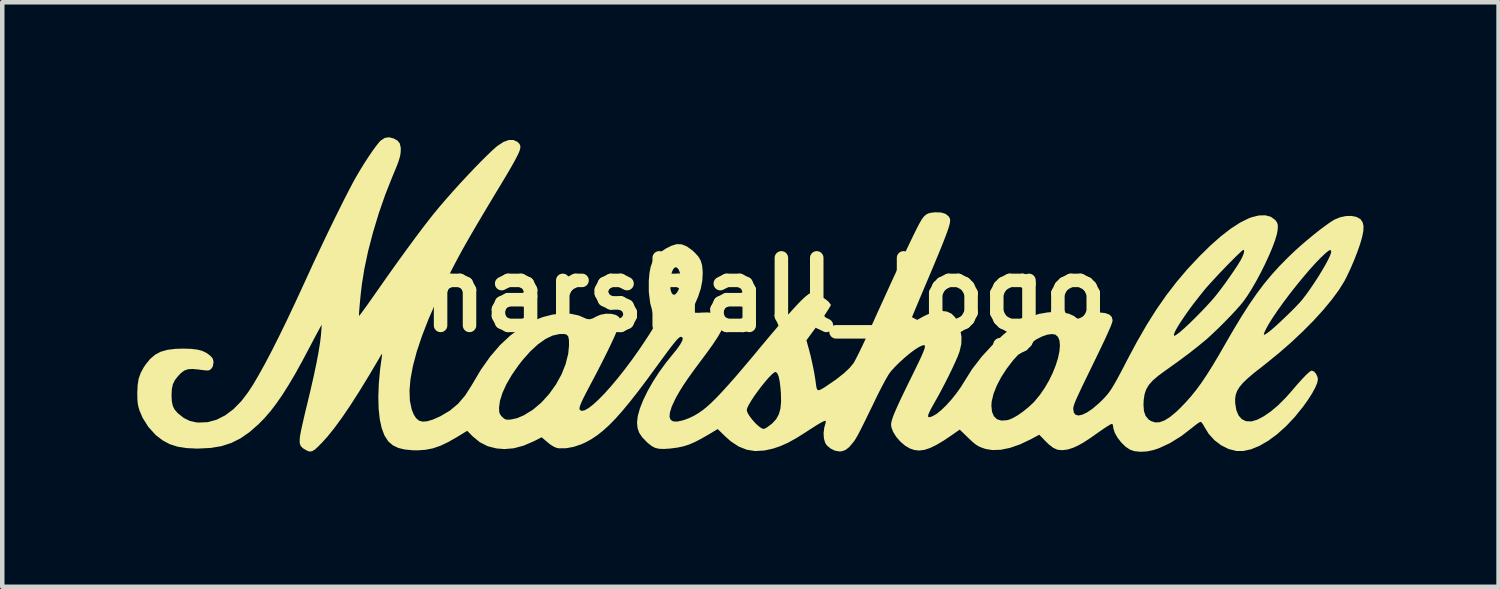
<source format=kicad_pcb>
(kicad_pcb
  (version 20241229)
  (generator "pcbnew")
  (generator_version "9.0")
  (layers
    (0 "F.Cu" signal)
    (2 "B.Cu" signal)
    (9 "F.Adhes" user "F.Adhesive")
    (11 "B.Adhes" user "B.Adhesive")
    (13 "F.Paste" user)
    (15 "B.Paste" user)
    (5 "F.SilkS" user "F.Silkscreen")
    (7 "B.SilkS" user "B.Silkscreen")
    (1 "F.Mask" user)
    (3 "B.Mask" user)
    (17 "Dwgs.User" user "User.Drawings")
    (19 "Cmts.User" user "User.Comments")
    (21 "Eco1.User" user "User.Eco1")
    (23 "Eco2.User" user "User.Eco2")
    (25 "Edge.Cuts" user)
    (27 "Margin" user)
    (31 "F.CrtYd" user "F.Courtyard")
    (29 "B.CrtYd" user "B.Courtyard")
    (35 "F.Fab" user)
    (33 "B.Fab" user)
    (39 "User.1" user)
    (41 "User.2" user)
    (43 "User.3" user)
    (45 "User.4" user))
  (footprint "marshall_logo"
    (layer "F.Cu")
    (at 13.631 3.501)
    (property "Reference" "marshall_logo" (at 0 0 0) (layer "F.SilkS") (effects (font (size 1.5 1.5) (thickness 0.3))))
    (attr board_only exclude_from_pos_files exclude_from_bom)
    (fp_poly (pts (xy -7.943 -3.478) (xy -7.851 -3.429) (xy -7.798 -3.362) (xy -7.778 -3.269) (xy -7.777 -3.242) (xy -7.779 -3.176) (xy -7.787 -3.112) (xy -7.803 -3.043) (xy -7.829 -2.96) (xy -7.868 -2.856) (xy -7.923 -2.724) (xy -7.961 -2.633) (xy -8.12 -2.232) (xy -8.265 -1.815) (xy -8.393 -1.392) (xy -8.502 -0.975) (xy -8.587 -0.573) (xy -8.639 -0.25) (xy -8.652 -0.145) (xy -8.666 -0.027) (xy -8.678 0.095) (xy -8.689 0.212) (xy -8.698 0.317) (xy -8.704 0.4) (xy -8.705 0.453) (xy -8.704 0.468) (xy -8.689 0.452) (xy -8.652 0.403) (xy -8.595 0.325) (xy -8.521 0.223) (xy -8.434 0.1) (xy -8.336 -0.039) (xy -8.264 -0.142) (xy -8.053 -0.443) (xy -7.845 -0.734) (xy -7.645 -1.01) (xy -7.457 -1.266) (xy -7.284 -1.496) (xy -7.129 -1.696) (xy -7.04 -1.808) (xy -6.917 -1.957) (xy -6.778 -2.119) (xy -6.627 -2.29) (xy -6.47 -2.464) (xy -6.311 -2.635) (xy -6.155 -2.8) (xy -6.007 -2.952) (xy -5.871 -3.088) (xy -5.753 -3.201) (xy -5.658 -3.286) (xy -5.621 -3.316) (xy -5.494 -3.398) (xy -5.378 -3.44) (xy -5.275 -3.441) (xy -5.188 -3.401) (xy -5.16 -3.375) (xy -5.139 -3.35) (xy -5.125 -3.323) (xy -5.12 -3.29) (xy -5.124 -3.249) (xy -5.14 -3.196) (xy -5.169 -3.127) (xy -5.214 -3.039) (xy -5.274 -2.928) (xy -5.352 -2.791) (xy -5.45 -2.625) (xy -5.569 -2.426) (xy -5.668 -2.263) (xy -5.835 -1.985) (xy -5.981 -1.74) (xy -6.109 -1.524) (xy -6.221 -1.331) (xy -6.321 -1.157) (xy -6.412 -0.996) (xy -6.495 -0.843) (xy -6.575 -0.692) (xy -6.654 -0.54) (xy -6.735 -0.381) (xy -6.778 -0.296) (xy -6.985 0.136) (xy -7.161 0.54) (xy -7.307 0.916) (xy -7.423 1.263) (xy -7.507 1.58) (xy -7.561 1.868) (xy -7.583 2.124) (xy -7.575 2.35) (xy -7.535 2.544) (xy -7.492 2.652) (xy -7.438 2.738) (xy -7.374 2.793) (xy -7.294 2.816) (xy -7.193 2.809) (xy -7.068 2.772) (xy -6.914 2.704) (xy -6.891 2.693) (xy -6.685 2.571) (xy -6.619 2.515) (xy -5.594 2.515) (xy -5.59 2.594) (xy -5.576 2.646) (xy -5.543 2.692) (xy -5.525 2.71) (xy -5.48 2.751) (xy -5.439 2.77) (xy -5.383 2.773) (xy -5.331 2.769) (xy -5.192 2.739) (xy -5.042 2.675) (xy -4.841 2.551) (xy -4.652 2.391) (xy -4.481 2.202) (xy -4.331 1.993) (xy -4.207 1.769) (xy -4.115 1.538) (xy -4.057 1.307) (xy -4.039 1.118) (xy -4.041 1.005) (xy -4.055 0.93) (xy -4.087 0.887) (xy -4.143 0.869) (xy -4.228 0.869) (xy -4.256 0.871) (xy -4.406 0.905) (xy -4.565 0.982) (xy -4.731 1.1) (xy -4.901 1.257) (xy -5.074 1.452) (xy -5.159 1.561) (xy -5.308 1.775) (xy -5.429 1.982) (xy -5.517 2.175) (xy -5.573 2.351) (xy -5.594 2.506) (xy -5.594 2.515) (xy -6.619 2.515) (xy -6.506 2.421) (xy -6.348 2.237) (xy -6.206 2.015) (xy -6.198 2.001) (xy -5.998 1.664) (xy -5.79 1.37) (xy -5.572 1.116) (xy -5.343 0.902) (xy -5.1 0.724) (xy -4.841 0.581) (xy -4.839 0.58) (xy -4.622 0.493) (xy -4.405 0.438) (xy -4.195 0.413) (xy -3.998 0.42) (xy -3.821 0.459) (xy -3.723 0.501) (xy -3.645 0.535) (xy -3.578 0.542) (xy -3.508 0.521) (xy -3.438 0.483) (xy -3.335 0.44) (xy -3.218 0.419) (xy -3.102 0.421) (xy -3.003 0.445) (xy -2.97 0.463) (xy -2.931 0.492) (xy -2.914 0.524) (xy -2.913 0.577) (xy -2.916 0.619) (xy -2.932 0.682) (xy -2.968 0.782) (xy -3.025 0.915) (xy -3.1 1.079) (xy -3.192 1.27) (xy -3.3 1.486) (xy -3.422 1.724) (xy -3.557 1.98) (xy -3.568 2.001) (xy -3.654 2.164) (xy -3.719 2.292) (xy -3.765 2.389) (xy -3.793 2.46) (xy -3.806 2.51) (xy -3.805 2.543) (xy -3.797 2.558) (xy -3.754 2.578) (xy -3.688 2.562) (xy -3.602 2.513) (xy -3.498 2.432) (xy -3.38 2.323) (xy -3.248 2.189) (xy -3.106 2.03) (xy -2.956 1.851) (xy -2.799 1.653) (xy -2.639 1.439) (xy -2.478 1.212) (xy -2.334 0.997) (xy -2.251 0.871) (xy -2.192 0.775) (xy -2.154 0.701) (xy -2.133 0.641) (xy -2.129 0.586) (xy -2.138 0.529) (xy -2.158 0.462) (xy -2.169 0.429) (xy -2.236 0.184) (xy -2.267 -0.067) (xy -2.267 -0.194) (xy -1.793 -0.194) (xy -1.78 -0.099) (xy -1.755 -0.034) (xy -1.721 -0.003) (xy -1.681 -0.008) (xy -1.639 -0.053) (xy -1.609 -0.108) (xy -1.578 -0.205) (xy -1.563 -0.31) (xy -1.563 -0.411) (xy -1.579 -0.501) (xy -1.607 -0.57) (xy -1.648 -0.609) (xy -1.671 -0.614) (xy -1.709 -0.593) (xy -1.743 -0.535) (xy -1.771 -0.449) (xy -1.789 -0.343) (xy -1.791 -0.316) (xy -1.793 -0.194) (xy -2.267 -0.194) (xy -2.267 -0.318) (xy -2.252 -0.487) (xy -2.226 -0.621) (xy -2.187 -0.73) (xy -2.13 -0.823) (xy -2.092 -0.87) (xy -1.999 -0.955) (xy -1.883 -1.032) (xy -1.76 -1.093) (xy -1.646 -1.127) (xy -1.642 -1.127) (xy -1.536 -1.123) (xy -1.422 -1.077) (xy -1.299 -0.988) (xy -1.254 -0.947) (xy -1.168 -0.854) (xy -1.113 -0.761) (xy -1.082 -0.653) (xy -1.07 -0.519) (xy -1.069 -0.477) (xy -1.079 -0.307) (xy -1.112 -0.14) (xy -1.17 0.037) (xy -1.229 0.174) (xy -1.272 0.275) (xy -1.29 0.341) (xy -1.279 0.38) (xy -1.236 0.397) (xy -1.157 0.398) (xy -1.096 0.394) (xy -0.965 0.39) (xy -0.864 0.4) (xy -0.835 0.408) (xy -0.75 0.453) (xy -0.677 0.522) (xy -0.628 0.602) (xy -0.614 0.668) (xy -0.628 0.732) (xy -0.671 0.825) (xy -0.743 0.948) (xy -0.845 1.102) (xy -0.978 1.287) (xy -1.095 1.444) (xy -1.256 1.66) (xy -1.391 1.848) (xy -1.502 2.012) (xy -1.592 2.157) (xy -1.666 2.288) (xy -1.684 2.324) (xy -1.758 2.484) (xy -1.798 2.613) (xy -1.806 2.711) (xy -1.782 2.776) (xy -1.724 2.811) (xy -1.634 2.815) (xy -1.511 2.788) (xy -1.445 2.766) (xy -1.354 2.73) (xy -1.266 2.687) (xy -1.178 2.636) (xy -1.087 2.574) (xy -1.067 2.559) (xy -0.091 2.559) (xy -0.075 2.616) (xy -0.032 2.689) (xy 0.029 2.77) (xy 0.099 2.849) (xy 0.171 2.916) (xy 0.236 2.962) (xy 0.284 2.979) (xy 0.319 2.967) (xy 0.364 2.941) (xy 0.477 2.855) (xy 0.562 2.762) (xy 0.621 2.655) (xy 0.657 2.529) (xy 0.672 2.376) (xy 0.668 2.19) (xy 0.66 2.085) (xy 0.642 1.929) (xy 0.619 1.816) (xy 0.59 1.745) (xy 0.555 1.712) (xy 0.555 1.712) (xy 0.521 1.723) (xy 0.468 1.766) (xy 0.4 1.835) (xy 0.323 1.924) (xy 0.24 2.025) (xy 0.158 2.134) (xy 0.079 2.243) (xy 0.011 2.347) (xy -0.044 2.439) (xy -0.079 2.512) (xy -0.091 2.559) (xy -1.067 2.559) (xy -0.991 2.499) (xy -0.888 2.407) (xy -0.775 2.296) (xy -0.648 2.163) (xy -0.506 2.007) (xy -0.345 1.825) (xy -0.164 1.613) (xy 0.041 1.37) (xy 0.197 1.182) (xy 0.413 0.924) (xy 0.603 0.7) (xy 0.767 0.509) (xy 0.909 0.35) (xy 1.029 0.219) (xy 1.128 0.117) (xy 1.209 0.041) (xy 1.273 -0.01) (xy 1.321 -0.039) (xy 1.349 -0.045) (xy 1.409 -0.033) (xy 1.489 0.00034) (xy 1.578 0.046) (xy 1.659 0.097) (xy 1.72 0.145) (xy 1.736 0.164) (xy 1.781 0.225) (xy 1.703 0.353) (xy 1.66 0.419) (xy 1.598 0.511) (xy 1.523 0.617) (xy 1.445 0.725) (xy 1.43 0.745) (xy 1.235 1.009) (xy 1.289 1.204) (xy 1.33 1.361) (xy 1.369 1.536) (xy 1.405 1.714) (xy 1.432 1.876) (xy 1.443 1.956) (xy 1.455 2.044) (xy 1.47 2.098) (xy 1.497 2.119) (xy 1.541 2.109) (xy 1.611 2.071) (xy 1.686 2.022) (xy 1.897 1.877) (xy 2.067 1.743) (xy 2.197 1.621) (xy 2.281 1.518) (xy 2.312 1.464) (xy 2.358 1.375) (xy 2.416 1.259) (xy 2.483 1.121) (xy 2.554 0.968) (xy 2.628 0.807) (xy 2.634 0.793) (xy 2.807 0.409) (xy 2.964 0.065) (xy 3.105 -0.245) (xy 3.233 -0.522) (xy 3.348 -0.769) (xy 3.452 -0.991) (xy 3.547 -1.189) (xy 3.604 -1.308) (xy 3.682 -1.465) (xy 3.745 -1.587) (xy 3.798 -1.678) (xy 3.846 -1.742) (xy 3.894 -1.784) (xy 3.945 -1.81) (xy 4.006 -1.825) (xy 4.079 -1.833) (xy 4.101 -1.835) (xy 4.229 -1.83) (xy 4.329 -1.798) (xy 4.399 -1.739) (xy 4.422 -1.695) (xy 4.428 -1.668) (xy 4.427 -1.632) (xy 4.419 -1.583) (xy 4.402 -1.518) (xy 4.375 -1.435) (xy 4.337 -1.33) (xy 4.287 -1.2) (xy 4.224 -1.042) (xy 4.146 -0.853) (xy 4.053 -0.629) (xy 3.943 -0.368) (xy 3.905 -0.279) (xy 3.823 -0.085) (xy 3.747 0.095) (xy 3.679 0.258) (xy 3.62 0.398) (xy 3.573 0.513) (xy 3.538 0.597) (xy 3.518 0.647) (xy 3.514 0.659) (xy 3.535 0.649) (xy 3.586 0.62) (xy 3.658 0.578) (xy 3.697 0.555) (xy 3.854 0.468) (xy 3.986 0.408) (xy 4.101 0.372) (xy 4.207 0.357) (xy 4.23 0.356) (xy 4.354 0.37) (xy 4.456 0.416) (xy 4.537 0.497) (xy 4.602 0.617) (xy 4.649 0.761) (xy 4.68 0.932) (xy 4.676 1.092) (xy 4.637 1.259) (xy 4.634 1.266) (xy 4.598 1.363) (xy 4.542 1.491) (xy 4.472 1.643) (xy 4.39 1.811) (xy 4.301 1.986) (xy 4.209 2.161) (xy 4.117 2.328) (xy 4.096 2.365) (xy 4.021 2.498) (xy 3.97 2.596) (xy 3.942 2.663) (xy 3.937 2.703) (xy 3.953 2.718) (xy 3.991 2.713) (xy 4.038 2.695) (xy 4.127 2.644) (xy 4.231 2.56) (xy 4.333 2.461) (xy 5.344 2.461) (xy 5.358 2.597) (xy 5.401 2.699) (xy 5.471 2.764) (xy 5.568 2.793) (xy 5.691 2.784) (xy 5.736 2.773) (xy 5.824 2.736) (xy 5.933 2.673) (xy 6.051 2.59) (xy 6.167 2.496) (xy 6.273 2.398) (xy 6.305 2.364) (xy 6.423 2.221) (xy 6.53 2.065) (xy 6.626 1.9) (xy 6.707 1.732) (xy 6.774 1.565) (xy 6.824 1.405) (xy 6.855 1.257) (xy 6.867 1.126) (xy 6.857 1.016) (xy 6.824 0.934) (xy 6.766 0.883) (xy 6.765 0.883) (xy 6.689 0.87) (xy 6.588 0.884) (xy 6.473 0.923) (xy 6.352 0.984) (xy 6.318 1.005) (xy 6.147 1.131) (xy 5.982 1.283) (xy 5.827 1.453) (xy 5.686 1.637) (xy 5.563 1.826) (xy 5.464 2.015) (xy 5.392 2.197) (xy 5.351 2.366) (xy 5.344 2.461) (xy 4.333 2.461) (xy 4.344 2.45) (xy 4.459 2.323) (xy 4.57 2.184) (xy 4.67 2.042) (xy 4.735 1.937) (xy 4.919 1.645) (xy 5.134 1.367) (xy 5.388 1.092) (xy 5.389 1.091) (xy 5.608 0.885) (xy 5.814 0.717) (xy 6.011 0.586) (xy 6.203 0.489) (xy 6.397 0.424) (xy 6.596 0.389) (xy 6.754 0.38) (xy 6.925 0.389) (xy 7.069 0.42) (xy 7.18 0.47) (xy 7.232 0.512) (xy 7.293 0.558) (xy 7.346 0.563) (xy 7.388 0.525) (xy 7.394 0.513) (xy 7.449 0.446) (xy 7.541 0.405) (xy 7.671 0.389) (xy 7.744 0.39) (xy 7.874 0.405) (xy 7.963 0.437) (xy 8.016 0.487) (xy 8.036 0.557) (xy 8.036 0.575) (xy 8.025 0.619) (xy 7.995 0.7) (xy 7.943 0.819) (xy 7.872 0.977) (xy 7.779 1.172) (xy 7.666 1.408) (xy 7.635 1.47) (xy 7.525 1.697) (xy 7.433 1.886) (xy 7.357 2.042) (xy 7.298 2.169) (xy 7.251 2.27) (xy 7.216 2.349) (xy 7.192 2.41) (xy 7.176 2.457) (xy 7.167 2.493) (xy 7.163 2.522) (xy 7.163 2.537) (xy 7.177 2.619) (xy 7.218 2.666) (xy 7.282 2.68) (xy 7.367 2.661) (xy 7.471 2.611) (xy 7.59 2.53) (xy 7.721 2.419) (xy 7.789 2.354) (xy 7.851 2.292) (xy 7.905 2.231) (xy 7.956 2.168) (xy 8.007 2.095) (xy 8.061 2.007) (xy 8.123 1.899) (xy 8.195 1.766) (xy 8.282 1.601) (xy 8.356 1.457) (xy 8.576 1.045) (xy 8.672 0.879) (xy 9.399 0.879) (xy 9.403 0.907) (xy 9.41 0.91) (xy 9.439 0.896) (xy 9.489 0.861) (xy 9.531 0.828) (xy 9.629 0.743) (xy 9.747 0.633) (xy 9.876 0.506) (xy 10.009 0.371) (xy 10.134 0.239) (xy 10.245 0.117) (xy 10.329 0.018) (xy 10.424 -0.104) (xy 10.526 -0.241) (xy 10.628 -0.384) (xy 10.725 -0.524) (xy 10.809 -0.651) (xy 10.875 -0.758) (xy 10.901 -0.805) (xy 10.94 -0.889) (xy 10.959 -0.954) (xy 10.956 -0.993) (xy 10.942 -1.001) (xy 10.918 -0.985) (xy 10.869 -0.94) (xy 10.798 -0.873) (xy 10.712 -0.787) (xy 10.614 -0.689) (xy 10.511 -0.582) (xy 10.406 -0.473) (xy 10.306 -0.365) (xy 10.214 -0.265) (xy 10.135 -0.178) (xy 10.079 -0.112) (xy 9.949 0.051) (xy 9.826 0.209) (xy 9.714 0.361) (xy 9.616 0.502) (xy 9.532 0.628) (xy 9.467 0.735) (xy 9.421 0.82) (xy 9.399 0.879) (xy 8.672 0.879) (xy 8.791 0.672) (xy 9.007 0.329) (xy 9.228 0.012) (xy 9.458 -0.287) (xy 9.702 -0.574) (xy 9.96 -0.85) (xy 10.207 -1.093) (xy 10.442 -1.301) (xy 10.662 -1.471) (xy 10.867 -1.604) (xy 11.054 -1.697) (xy 11.118 -1.722) (xy 11.285 -1.764) (xy 11.43 -1.768) (xy 11.551 -1.736) (xy 11.646 -1.667) (xy 11.664 -1.646) (xy 11.693 -1.601) (xy 11.707 -1.555) (xy 11.707 -1.488) (xy 11.704 -1.444) (xy 11.685 -1.34) (xy 11.644 -1.206) (xy 11.585 -1.047) (xy 11.51 -0.871) (xy 11.424 -0.685) (xy 11.33 -0.496) (xy 11.231 -0.311) (xy 11.13 -0.136) (xy 11.031 0.021) (xy 10.941 0.148) (xy 10.868 0.237) (xy 10.768 0.349) (xy 10.649 0.476) (xy 10.519 0.609) (xy 10.386 0.742) (xy 10.256 0.865) (xy 10.139 0.973) (xy 10.108 1) (xy 9.935 1.142) (xy 9.73 1.303) (xy 9.499 1.475) (xy 9.25 1.653) (xy 9.209 1.682) (xy 9.052 1.797) (xy 8.932 1.9) (xy 8.844 1.998) (xy 8.784 2.099) (xy 8.747 2.208) (xy 8.728 2.334) (xy 8.723 2.445) (xy 8.734 2.584) (xy 8.771 2.69) (xy 8.836 2.768) (xy 8.892 2.804) (xy 8.984 2.834) (xy 9.083 2.829) (xy 9.192 2.789) (xy 9.315 2.712) (xy 9.453 2.597) (xy 9.537 2.516) (xy 9.662 2.387) (xy 9.78 2.254) (xy 9.894 2.112) (xy 10.009 1.956) (xy 10.127 1.78) (xy 10.254 1.579) (xy 10.392 1.348) (xy 10.538 1.094) (xy 10.665 0.875) (xy 11.396 0.875) (xy 11.406 0.888) (xy 11.443 0.869) (xy 11.504 0.825) (xy 11.578 0.766) (xy 11.674 0.681) (xy 11.784 0.579) (xy 11.9 0.469) (xy 12.014 0.358) (xy 12.116 0.254) (xy 12.199 0.166) (xy 12.244 0.114) (xy 12.332 0.000058) (xy 12.425 -0.129) (xy 12.519 -0.268) (xy 12.611 -0.41) (xy 12.695 -0.548) (xy 12.77 -0.677) (xy 12.83 -0.79) (xy 12.872 -0.881) (xy 12.892 -0.943) (xy 12.893 -0.956) (xy 12.888 -0.988) (xy 12.868 -0.996) (xy 12.831 -0.977) (xy 12.772 -0.929) (xy 12.687 -0.85) (xy 12.672 -0.836) (xy 12.549 -0.71) (xy 12.411 -0.557) (xy 12.265 -0.386) (xy 12.115 -0.203) (xy 11.967 -0.014) (xy 11.826 0.174) (xy 11.697 0.354) (xy 11.586 0.519) (xy 11.497 0.663) (xy 11.453 0.744) (xy 11.412 0.828) (xy 11.396 0.875) (xy 10.665 0.875) (xy 10.729 0.765) (xy 10.906 0.472) (xy 11.074 0.211) (xy 11.237 -0.025) (xy 11.399 -0.241) (xy 11.565 -0.441) (xy 11.738 -0.633) (xy 11.922 -0.82) (xy 12.095 -0.985) (xy 12.224 -1.101) (xy 12.363 -1.22) (xy 12.506 -1.338) (xy 12.645 -1.448) (xy 12.773 -1.543) (xy 12.882 -1.62) (xy 12.964 -1.671) (xy 13.09 -1.723) (xy 13.22 -1.751) (xy 13.345 -1.754) (xy 13.455 -1.732) (xy 13.539 -1.685) (xy 13.551 -1.673) (xy 13.594 -1.608) (xy 13.612 -1.523) (xy 13.607 -1.414) (xy 13.578 -1.274) (xy 13.534 -1.123) (xy 13.472 -0.947) (xy 13.398 -0.759) (xy 13.318 -0.572) (xy 13.236 -0.401) (xy 13.184 -0.3) (xy 13.062 -0.105) (xy 12.905 0.108) (xy 12.717 0.335) (xy 12.501 0.572) (xy 12.262 0.813) (xy 12.004 1.056) (xy 11.731 1.294) (xy 11.447 1.525) (xy 11.353 1.599) (xy 11.179 1.735) (xy 11.041 1.852) (xy 10.934 1.955) (xy 10.856 2.047) (xy 10.803 2.135) (xy 10.772 2.223) (xy 10.759 2.314) (xy 10.761 2.409) (xy 10.786 2.561) (xy 10.836 2.68) (xy 10.909 2.762) (xy 11.003 2.807) (xy 11.117 2.811) (xy 11.128 2.81) (xy 11.255 2.772) (xy 11.397 2.697) (xy 11.552 2.59) (xy 11.713 2.454) (xy 11.875 2.293) (xy 11.997 2.157) (xy 12.14 1.99) (xy 12.258 1.859) (xy 12.35 1.765) (xy 12.416 1.706) (xy 12.459 1.683) (xy 12.463 1.683) (xy 12.512 1.703) (xy 12.557 1.754) (xy 12.588 1.821) (xy 12.598 1.877) (xy 12.583 1.955) (xy 12.539 2.06) (xy 12.47 2.187) (xy 12.379 2.33) (xy 12.274 2.478) (xy 12.085 2.712) (xy 11.89 2.919) (xy 11.692 3.096) (xy 11.494 3.242) (xy 11.3 3.354) (xy 11.113 3.431) (xy 10.936 3.469) (xy 10.786 3.468) (xy 10.616 3.425) (xy 10.451 3.343) (xy 10.3 3.229) (xy 10.172 3.088) (xy 10.083 2.943) (xy 10.046 2.878) (xy 10.012 2.833) (xy 9.992 2.82) (xy 9.961 2.834) (xy 9.906 2.871) (xy 9.838 2.924) (xy 9.817 2.942) (xy 9.563 3.138) (xy 9.312 3.293) (xy 9.067 3.407) (xy 8.948 3.447) (xy 8.801 3.478) (xy 8.654 3.486) (xy 8.522 3.472) (xy 8.424 3.439) (xy 8.325 3.373) (xy 8.231 3.281) (xy 8.149 3.176) (xy 8.087 3.067) (xy 8.054 2.966) (xy 8.05 2.928) (xy 8.04 2.879) (xy 8.018 2.865) (xy 7.989 2.878) (xy 7.931 2.913) (xy 7.85 2.966) (xy 7.755 3.031) (xy 7.704 3.067) (xy 7.532 3.188) (xy 7.388 3.281) (xy 7.265 3.35) (xy 7.157 3.398) (xy 7.058 3.43) (xy 7.027 3.437) (xy 6.911 3.451) (xy 6.811 3.44) (xy 6.718 3.398) (xy 6.621 3.323) (xy 6.553 3.257) (xy 6.408 3.107) (xy 6.212 3.212) (xy 5.979 3.322) (xy 5.758 3.399) (xy 5.553 3.441) (xy 5.368 3.448) (xy 5.22 3.424) (xy 5.135 3.396) (xy 5.065 3.367) (xy 5 3.327) (xy 4.93 3.27) (xy 4.844 3.19) (xy 4.805 3.153) (xy 4.641 2.993) (xy 4.48 3.105) (xy 4.288 3.235) (xy 4.122 3.334) (xy 3.979 3.403) (xy 3.853 3.444) (xy 3.74 3.458) (xy 3.635 3.447) (xy 3.534 3.413) (xy 3.532 3.412) (xy 3.422 3.347) (xy 3.319 3.257) (xy 3.229 3.153) (xy 3.161 3.043) (xy 3.122 2.939) (xy 3.116 2.886) (xy 3.12 2.841) (xy 3.133 2.784) (xy 3.157 2.711) (xy 3.194 2.617) (xy 3.245 2.5) (xy 3.311 2.355) (xy 3.395 2.179) (xy 3.497 1.969) (xy 3.552 1.858) (xy 3.651 1.656) (xy 3.731 1.491) (xy 3.792 1.361) (xy 3.834 1.262) (xy 3.86 1.191) (xy 3.868 1.145) (xy 3.861 1.121) (xy 3.839 1.116) (xy 3.803 1.127) (xy 3.753 1.15) (xy 3.723 1.166) (xy 3.639 1.219) (xy 3.535 1.297) (xy 3.421 1.392) (xy 3.308 1.495) (xy 3.204 1.597) (xy 3.119 1.69) (xy 3.089 1.728) (xy 3.049 1.789) (xy 2.995 1.882) (xy 2.932 1.998) (xy 2.865 2.128) (xy 2.803 2.251) (xy 2.698 2.47) (xy 2.609 2.651) (xy 2.537 2.8) (xy 2.477 2.92) (xy 2.429 3.015) (xy 2.39 3.09) (xy 2.358 3.148) (xy 2.331 3.194) (xy 2.307 3.232) (xy 2.283 3.265) (xy 2.273 3.278) (xy 2.187 3.38) (xy 2.106 3.444) (xy 2.023 3.474) (xy 1.969 3.479) (xy 1.868 3.461) (xy 1.77 3.413) (xy 1.689 3.344) (xy 1.652 3.289) (xy 1.623 3.189) (xy 1.616 3.067) (xy 1.632 2.945) (xy 1.648 2.891) (xy 1.664 2.831) (xy 1.663 2.799) (xy 1.658 2.797) (xy 1.627 2.804) (xy 1.576 2.829) (xy 1.501 2.871) (xy 1.398 2.936) (xy 1.262 3.023) (xy 1.228 3.046) (xy 1.018 3.178) (xy 0.832 3.282) (xy 0.66 3.359) (xy 0.495 3.415) (xy 0.329 3.452) (xy 0.294 3.458) (xy 0.095 3.47) (xy -0.092 3.44) (xy -0.272 3.368) (xy -0.446 3.253) (xy -0.567 3.146) (xy -0.736 2.981) (xy -0.919 3.091) (xy -1.093 3.191) (xy -1.24 3.268) (xy -1.372 3.325) (xy -1.499 3.365) (xy -1.63 3.393) (xy -1.777 3.412) (xy -1.779 3.413) (xy -1.923 3.423) (xy -2.033 3.42) (xy -2.123 3.4) (xy -2.202 3.359) (xy -2.283 3.295) (xy -2.314 3.267) (xy -2.416 3.16) (xy -2.482 3.06) (xy -2.517 2.957) (xy -2.528 2.84) (xy -2.528 2.832) (xy -2.512 2.691) (xy -2.465 2.524) (xy -2.391 2.337) (xy -2.293 2.136) (xy -2.174 1.927) (xy -2.037 1.715) (xy -1.884 1.505) (xy -1.761 1.353) (xy -1.647 1.212) (xy -1.567 1.099) (xy -1.522 1.015) (xy -1.512 0.96) (xy -1.537 0.935) (xy -1.556 0.932) (xy -1.578 0.939) (xy -1.608 0.962) (xy -1.649 1.004) (xy -1.703 1.069) (xy -1.774 1.158) (xy -1.863 1.277) (xy -1.973 1.426) (xy -2.092 1.589) (xy -2.312 1.889) (xy -2.511 2.153) (xy -2.692 2.382) (xy -2.857 2.581) (xy -3.009 2.752) (xy -3.151 2.897) (xy -3.286 3.019) (xy -3.415 3.121) (xy -3.541 3.205) (xy -3.668 3.275) (xy -3.77 3.321) (xy -3.937 3.377) (xy -4.104 3.407) (xy -4.256 3.409) (xy -4.306 3.402) (xy -4.374 3.375) (xy -4.459 3.322) (xy -4.517 3.275) (xy -4.647 3.164) (xy -4.821 3.252) (xy -5.049 3.35) (xy -5.265 3.408) (xy -5.473 3.426) (xy -5.651 3.412) (xy -5.847 3.362) (xy -6.019 3.275) (xy -6.174 3.148) (xy -6.178 3.145) (xy -6.302 3.02) (xy -6.522 3.155) (xy -6.721 3.269) (xy -6.898 3.353) (xy -7.065 3.41) (xy -7.23 3.442) (xy -7.404 3.454) (xy -7.512 3.452) (xy -7.691 3.435) (xy -7.834 3.4) (xy -7.95 3.344) (xy -8.044 3.265) (xy -8.061 3.245) (xy -8.14 3.123) (xy -8.201 2.961) (xy -8.244 2.763) (xy -8.269 2.529) (xy -8.276 2.265) (xy -8.265 1.971) (xy -8.236 1.65) (xy -8.197 1.364) (xy -8.192 1.324) (xy -8.196 1.313) (xy -8.213 1.335) (xy -8.247 1.392) (xy -8.257 1.41) (xy -8.488 1.8) (xy -8.702 2.149) (xy -8.9 2.458) (xy -9.082 2.726) (xy -9.251 2.956) (xy -9.405 3.148) (xy -9.526 3.282) (xy -9.618 3.375) (xy -9.687 3.437) (xy -9.742 3.471) (xy -9.789 3.481) (xy -9.835 3.472) (xy -9.869 3.456) (xy -9.955 3.405) (xy -10.004 3.351) (xy -10.024 3.282) (xy -10.021 3.183) (xy -10.021 3.178) (xy -10.012 3.116) (xy -9.993 3.018) (xy -9.966 2.892) (xy -9.933 2.746) (xy -9.896 2.588) (xy -9.869 2.479) (xy -9.785 2.128) (xy -9.712 1.808) (xy -9.652 1.524) (xy -9.605 1.275) (xy -9.571 1.066) (xy -9.552 0.91) (xy -9.544 0.812) (xy -9.538 0.732) (xy -9.535 0.681) (xy -9.535 0.667) (xy -9.547 0.685) (xy -9.576 0.738) (xy -9.621 0.82) (xy -9.678 0.927) (xy -9.744 1.052) (xy -9.798 1.155) (xy -9.97 1.479) (xy -10.128 1.764) (xy -10.276 2.013) (xy -10.415 2.232) (xy -10.548 2.423) (xy -10.677 2.591) (xy -10.806 2.74) (xy -10.936 2.872) (xy -11.139 3.05) (xy -11.34 3.189) (xy -11.544 3.291) (xy -11.762 3.361) (xy -12.002 3.401) (xy -12.271 3.414) (xy -12.302 3.415) (xy -12.535 3.404) (xy -12.734 3.373) (xy -12.907 3.318) (xy -13.062 3.236) (xy -13.208 3.125) (xy -13.227 3.108) (xy -13.386 2.933) (xy -13.512 2.732) (xy -13.58 2.574) (xy -13.605 2.491) (xy -13.621 2.411) (xy -13.629 2.318) (xy -13.631 2.198) (xy -13.631 2.172) (xy -13.623 2.003) (xy -13.601 1.864) (xy -13.558 1.74) (xy -13.493 1.618) (xy -13.444 1.545) (xy -13.345 1.423) (xy -13.236 1.33) (xy -13.111 1.263) (xy -12.962 1.221) (xy -12.783 1.199) (xy -12.62 1.194) (xy -12.441 1.199) (xy -12.297 1.216) (xy -12.182 1.247) (xy -12.086 1.294) (xy -12.016 1.347) (xy -11.964 1.4) (xy -11.942 1.454) (xy -11.938 1.503) (xy -11.954 1.593) (xy -11.984 1.637) (xy -12.008 1.66) (xy -12.032 1.674) (xy -12.066 1.68) (xy -12.118 1.678) (xy -12.199 1.668) (xy -12.275 1.658) (xy -12.405 1.646) (xy -12.504 1.652) (xy -12.585 1.681) (xy -12.66 1.737) (xy -12.721 1.8) (xy -12.794 1.892) (xy -12.84 1.985) (xy -12.863 2.091) (xy -12.87 2.227) (xy -12.87 2.228) (xy -12.864 2.362) (xy -12.843 2.464) (xy -12.802 2.547) (xy -12.737 2.622) (xy -12.725 2.634) (xy -12.597 2.735) (xy -12.468 2.799) (xy -12.325 2.832) (xy -12.266 2.837) (xy -12.066 2.828) (xy -11.87 2.774) (xy -11.678 2.677) (xy -11.493 2.538) (xy -11.317 2.358) (xy -11.17 2.165) (xy -11.058 1.993) (xy -10.935 1.784) (xy -10.798 1.537) (xy -10.648 1.252) (xy -10.484 0.927) (xy -10.306 0.562) (xy -10.114 0.155) (xy -9.907 -0.293) (xy -9.833 -0.455) (xy -9.724 -0.693) (xy -9.607 -0.942) (xy -9.487 -1.195) (xy -9.366 -1.447) (xy -9.247 -1.692) (xy -9.132 -1.924) (xy -9.025 -2.138) (xy -8.927 -2.328) (xy -8.843 -2.489) (xy -8.774 -2.614) (xy -8.767 -2.626) (xy -8.674 -2.783) (xy -8.579 -2.937) (xy -8.484 -3.082) (xy -8.396 -3.211) (xy -8.317 -3.318) (xy -8.254 -3.396) (xy -8.221 -3.43) (xy -8.133 -3.487) (xy -8.041 -3.501)) (stroke (width 0) (type solid)) (fill yes) (layer "F.SilkS")))
  (gr_rect
    (start -3 -3)
    (end 30.243 9.987)
    (stroke (width 0.1) (type default))
    (fill no)
    (layer "Edge.Cuts")))
</source>
